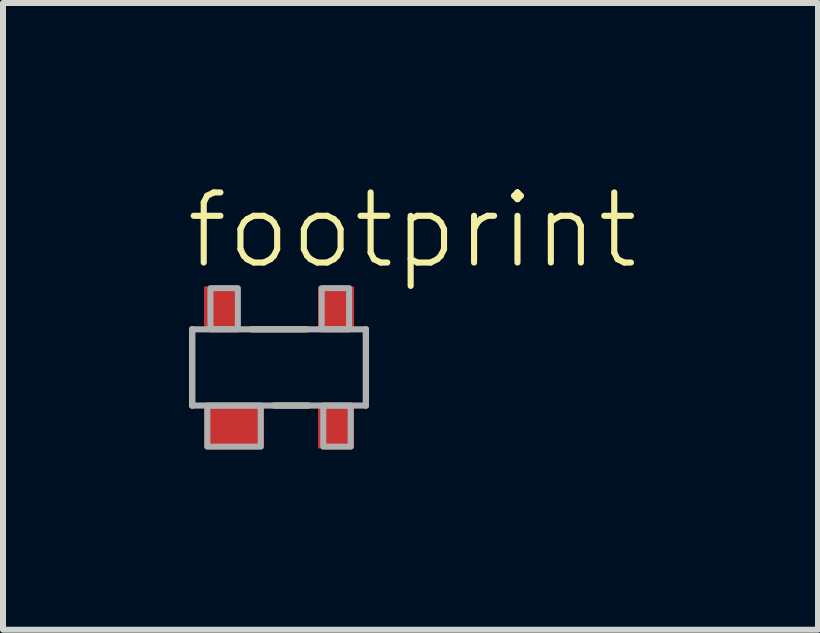
<source format=kicad_pcb>
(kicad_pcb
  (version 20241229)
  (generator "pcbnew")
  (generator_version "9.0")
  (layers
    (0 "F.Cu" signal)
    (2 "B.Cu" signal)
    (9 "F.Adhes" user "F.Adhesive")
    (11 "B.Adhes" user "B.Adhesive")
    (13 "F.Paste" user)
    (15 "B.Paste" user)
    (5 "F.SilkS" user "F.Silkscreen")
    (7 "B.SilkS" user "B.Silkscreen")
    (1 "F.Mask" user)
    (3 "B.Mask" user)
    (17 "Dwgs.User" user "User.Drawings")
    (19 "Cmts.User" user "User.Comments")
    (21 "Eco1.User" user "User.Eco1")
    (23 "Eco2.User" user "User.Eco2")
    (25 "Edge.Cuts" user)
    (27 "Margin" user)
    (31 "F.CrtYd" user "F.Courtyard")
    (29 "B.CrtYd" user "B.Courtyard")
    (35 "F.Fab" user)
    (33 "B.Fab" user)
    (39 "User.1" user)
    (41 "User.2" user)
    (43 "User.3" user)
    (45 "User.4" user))
  (footprint "footprint"
    (layer "F.Cu")
    (at 1.6 3.073)
    (property "Reference" "footprint" (at -1.6 -1.6 0) (layer "F.SilkS") (effects (font (size 1.168 1.168) (thickness 0.102)) (justify left bottom)))
    (fp_line (start -1.448 0.635) (end -1.448 -0.635) (stroke (width 0.102) (type solid)) (layer "F.SilkS"))
    (fp_line (start -0.46 -0.635) (end 0.46 -0.635) (stroke (width 0.102) (type solid)) (layer "F.SilkS"))
    (fp_line (start -0.085 0.635) (end 0.485 0.635) (stroke (width 0.102) (type solid)) (layer "F.SilkS"))
    (fp_line (start 1.448 0.635) (end 1.448 -0.635) (stroke (width 0.102) (type solid)) (layer "F.SilkS"))
    (fp_line (start -1.448 -0.635) (end 1.448 -0.635) (stroke (width 0.102) (type solid)) (layer "F.Fab"))
    (fp_line (start -1.448 0.635) (end -1.448 -0.635) (stroke (width 0.102) (type solid)) (layer "F.Fab"))
    (fp_line (start -1.448 0.635) (end 1.448 0.635) (stroke (width 0.102) (type solid)) (layer "F.Fab"))
    (fp_line (start 1.448 0.635) (end 1.448 -0.635) (stroke (width 0.102) (type solid)) (layer "F.Fab"))
    (fp_poly (pts (xy -1.194 1.321) (xy -0.305 1.321) (xy -0.305 0.635) (xy -1.194 0.635)) (stroke (width 0.1) (type solid)) (fill no) (layer "F.Fab"))
    (fp_poly (pts (xy -1.143 -0.635) (xy -0.686 -0.635) (xy -0.686 -1.321) (xy -1.143 -1.321)) (stroke (width 0.1) (type solid)) (fill no) (layer "F.Fab"))
    (fp_poly (pts (xy 0.711 -0.635) (xy 1.168 -0.635) (xy 1.168 -1.321) (xy 0.711 -1.321)) (stroke (width 0.1) (type solid)) (fill no) (layer "F.Fab"))
    (fp_poly (pts (xy 0.737 1.321) (xy 1.194 1.321) (xy 1.194 0.635) (xy 0.737 0.635)) (stroke (width 0.1) (type solid)) (fill no) (layer "F.Fab"))
    (pad "1" smd rect (at -0.75 1) (size 1 0.7) (layers "F.Cu" "F.Mask" "F.Paste"))
    (pad "2" smd rect (at 0.95 1) (size 0.6 0.7) (layers "F.Cu" "F.Mask" "F.Paste"))
    (pad "3" smd rect (at -0.95 -1) (size 0.6 0.7) (layers "F.Cu" "F.Mask" "F.Paste"))
    (pad "4" smd rect (at 0.95 -1) (size 0.6 0.7) (layers "F.Cu" "F.Mask" "F.Paste")))
  (gr_rect
    (start -3 -3)
    (end 10.582 7.444)
    (stroke (width 0.1) (type default))
    (fill no)
    (layer "Edge.Cuts")))
</source>
